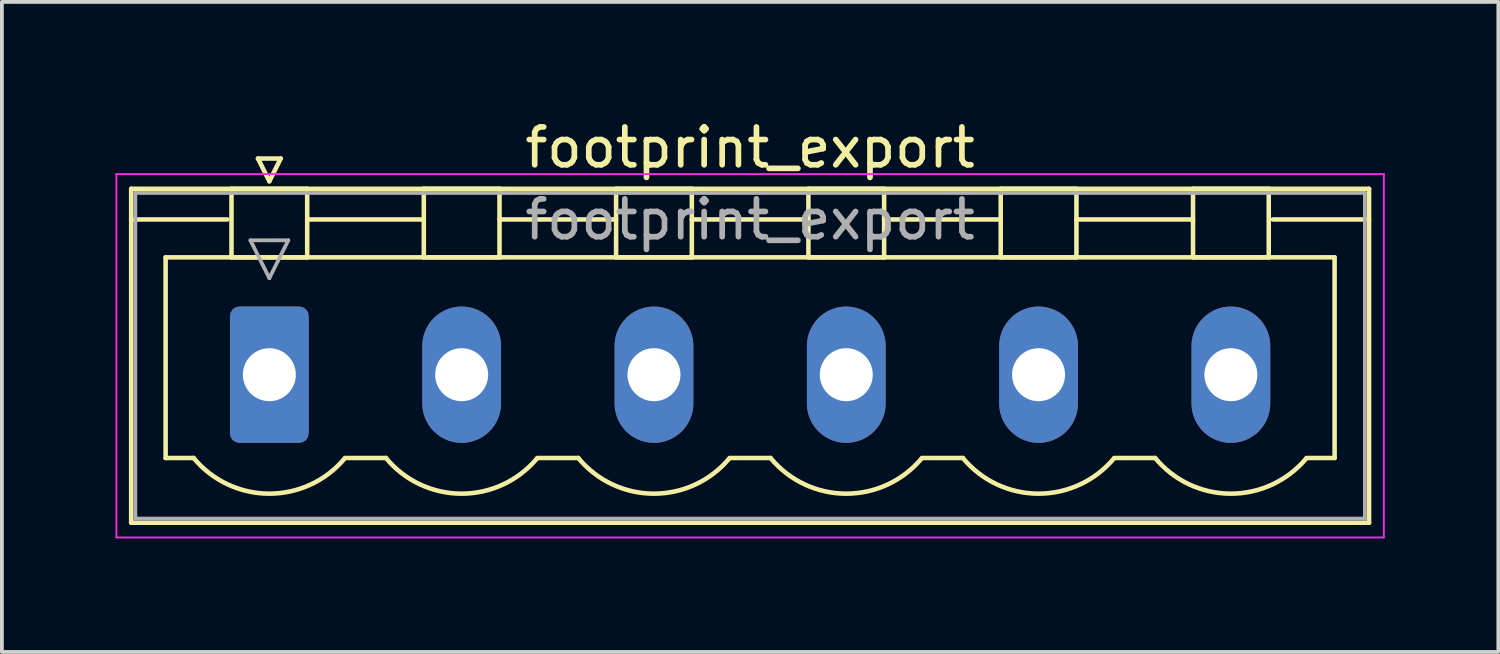
<source format=kicad_pcb>
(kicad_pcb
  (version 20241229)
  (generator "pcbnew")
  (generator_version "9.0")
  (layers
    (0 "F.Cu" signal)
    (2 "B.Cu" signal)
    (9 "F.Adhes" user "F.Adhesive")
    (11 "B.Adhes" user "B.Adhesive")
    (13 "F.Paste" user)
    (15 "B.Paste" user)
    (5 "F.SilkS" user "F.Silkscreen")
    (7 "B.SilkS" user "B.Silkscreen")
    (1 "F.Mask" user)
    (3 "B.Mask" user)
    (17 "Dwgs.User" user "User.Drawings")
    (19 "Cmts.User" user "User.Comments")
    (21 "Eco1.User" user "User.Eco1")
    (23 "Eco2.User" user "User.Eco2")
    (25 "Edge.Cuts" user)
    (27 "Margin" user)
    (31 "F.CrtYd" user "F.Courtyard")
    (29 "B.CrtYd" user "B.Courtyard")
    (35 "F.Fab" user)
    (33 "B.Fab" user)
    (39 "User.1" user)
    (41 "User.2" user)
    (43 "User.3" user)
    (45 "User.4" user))
  (footprint "footprint_export"
    (layer "F.Cu")
    (at 4.065 6.848)
    (property "Reference" "footprint_export" (at 12.7 -6 0) (layer "F.SilkS") (effects (font (size 1 1) (thickness 0.15))))
    (attr through_hole)
    (fp_line (start -3.65 -4.91) (end -3.65 3.91) (stroke (width 0.12) (type solid)) (layer "F.SilkS"))
    (fp_line (start -3.65 -4.1) (end -1.11 -4.1) (stroke (width 0.12) (type solid)) (layer "F.SilkS"))
    (fp_line (start -3.65 3.91) (end 29.05 3.91) (stroke (width 0.12) (type solid)) (layer "F.SilkS"))
    (fp_line (start -2.74 -3.1) (end 28.14 -3.1) (stroke (width 0.12) (type solid)) (layer "F.SilkS"))
    (fp_line (start -2.74 2.2) (end -2.74 -3.1) (stroke (width 0.12) (type solid)) (layer "F.SilkS"))
    (fp_line (start -2 2.2) (end -2.74 2.2) (stroke (width 0.12) (type solid)) (layer "F.SilkS"))
    (fp_line (start -1 -4.91) (end 1 -4.91) (stroke (width 0.12) (type solid)) (layer "F.SilkS"))
    (fp_line (start -1 -3.1) (end -1 -4.91) (stroke (width 0.12) (type solid)) (layer "F.SilkS"))
    (fp_line (start -0.3 -5.71) (end 0.3 -5.71) (stroke (width 0.12) (type solid)) (layer "F.SilkS"))
    (fp_line (start 0 -5.11) (end -0.3 -5.71) (stroke (width 0.12) (type solid)) (layer "F.SilkS"))
    (fp_line (start 0.3 -5.71) (end 0 -5.11) (stroke (width 0.12) (type solid)) (layer "F.SilkS"))
    (fp_line (start 1 -4.91) (end 1 -3.1) (stroke (width 0.12) (type solid)) (layer "F.SilkS"))
    (fp_line (start 1 -4.1) (end 4.08 -4.1) (stroke (width 0.12) (type solid)) (layer "F.SilkS"))
    (fp_line (start 1 -3.1) (end -1 -3.1) (stroke (width 0.12) (type solid)) (layer "F.SilkS"))
    (fp_line (start 2 2.2) (end 3.08 2.2) (stroke (width 0.12) (type solid)) (layer "F.SilkS"))
    (fp_line (start 4.08 -4.91) (end 6.08 -4.91) (stroke (width 0.12) (type solid)) (layer "F.SilkS"))
    (fp_line (start 4.08 -3.1) (end 4.08 -4.91) (stroke (width 0.12) (type solid)) (layer "F.SilkS"))
    (fp_line (start 6.08 -4.91) (end 6.08 -3.1) (stroke (width 0.12) (type solid)) (layer "F.SilkS"))
    (fp_line (start 6.08 -4.1) (end 9.16 -4.1) (stroke (width 0.12) (type solid)) (layer "F.SilkS"))
    (fp_line (start 6.08 -3.1) (end 4.08 -3.1) (stroke (width 0.12) (type solid)) (layer "F.SilkS"))
    (fp_line (start 7.08 2.2) (end 8.16 2.2) (stroke (width 0.12) (type solid)) (layer "F.SilkS"))
    (fp_line (start 9.16 -4.91) (end 11.16 -4.91) (stroke (width 0.12) (type solid)) (layer "F.SilkS"))
    (fp_line (start 9.16 -3.1) (end 9.16 -4.91) (stroke (width 0.12) (type solid)) (layer "F.SilkS"))
    (fp_line (start 11.16 -4.91) (end 11.16 -3.1) (stroke (width 0.12) (type solid)) (layer "F.SilkS"))
    (fp_line (start 11.16 -4.1) (end 14.24 -4.1) (stroke (width 0.12) (type solid)) (layer "F.SilkS"))
    (fp_line (start 11.16 -3.1) (end 9.16 -3.1) (stroke (width 0.12) (type solid)) (layer "F.SilkS"))
    (fp_line (start 12.16 2.2) (end 13.24 2.2) (stroke (width 0.12) (type solid)) (layer "F.SilkS"))
    (fp_line (start 14.24 -4.91) (end 16.24 -4.91) (stroke (width 0.12) (type solid)) (layer "F.SilkS"))
    (fp_line (start 14.24 -3.1) (end 14.24 -4.91) (stroke (width 0.12) (type solid)) (layer "F.SilkS"))
    (fp_line (start 16.24 -4.91) (end 16.24 -3.1) (stroke (width 0.12) (type solid)) (layer "F.SilkS"))
    (fp_line (start 16.24 -4.1) (end 19.32 -4.1) (stroke (width 0.12) (type solid)) (layer "F.SilkS"))
    (fp_line (start 16.24 -3.1) (end 14.24 -3.1) (stroke (width 0.12) (type solid)) (layer "F.SilkS"))
    (fp_line (start 17.24 2.2) (end 18.32 2.2) (stroke (width 0.12) (type solid)) (layer "F.SilkS"))
    (fp_line (start 19.32 -4.91) (end 21.32 -4.91) (stroke (width 0.12) (type solid)) (layer "F.SilkS"))
    (fp_line (start 19.32 -3.1) (end 19.32 -4.91) (stroke (width 0.12) (type solid)) (layer "F.SilkS"))
    (fp_line (start 21.32 -4.91) (end 21.32 -3.1) (stroke (width 0.12) (type solid)) (layer "F.SilkS"))
    (fp_line (start 21.32 -4.1) (end 24.4 -4.1) (stroke (width 0.12) (type solid)) (layer "F.SilkS"))
    (fp_line (start 21.32 -3.1) (end 19.32 -3.1) (stroke (width 0.12) (type solid)) (layer "F.SilkS"))
    (fp_line (start 22.32 2.2) (end 23.4 2.2) (stroke (width 0.12) (type solid)) (layer "F.SilkS"))
    (fp_line (start 24.4 -4.91) (end 26.4 -4.91) (stroke (width 0.12) (type solid)) (layer "F.SilkS"))
    (fp_line (start 24.4 -3.1) (end 24.4 -4.91) (stroke (width 0.12) (type solid)) (layer "F.SilkS"))
    (fp_line (start 26.4 -4.91) (end 26.4 -3.1) (stroke (width 0.12) (type solid)) (layer "F.SilkS"))
    (fp_line (start 26.4 -3.1) (end 24.4 -3.1) (stroke (width 0.12) (type solid)) (layer "F.SilkS"))
    (fp_line (start 28.14 -3.1) (end 28.14 2.2) (stroke (width 0.12) (type solid)) (layer "F.SilkS"))
    (fp_line (start 28.14 2.2) (end 27.4 2.2) (stroke (width 0.12) (type solid)) (layer "F.SilkS"))
    (fp_line (start 29.05 -4.91) (end -3.65 -4.91) (stroke (width 0.12) (type solid)) (layer "F.SilkS"))
    (fp_line (start 29.05 -4.1) (end 26.51 -4.1) (stroke (width 0.12) (type solid)) (layer "F.SilkS"))
    (fp_line (start 29.05 3.91) (end 29.05 -4.91) (stroke (width 0.12) (type solid)) (layer "F.SilkS"))
    (fp_arc (start 1.986842 2.215821) (mid -0.010289 3.142758) (end -2 2.2) (stroke (width 0.12) (type solid)) (layer "F.SilkS"))
    (fp_arc (start 7.066842 2.215821) (mid 5.069711 3.142758) (end 3.08 2.2) (stroke (width 0.12) (type solid)) (layer "F.SilkS"))
    (fp_arc (start 12.146842 2.215821) (mid 10.149711 3.142758) (end 8.16 2.2) (stroke (width 0.12) (type solid)) (layer "F.SilkS"))
    (fp_arc (start 17.226842 2.215821) (mid 15.229711 3.142758) (end 13.24 2.2) (stroke (width 0.12) (type solid)) (layer "F.SilkS"))
    (fp_arc (start 22.306842 2.215821) (mid 20.309711 3.142758) (end 18.32 2.2) (stroke (width 0.12) (type solid)) (layer "F.SilkS"))
    (fp_arc (start 27.386842 2.215821) (mid 25.389711 3.142758) (end 23.4 2.2) (stroke (width 0.12) (type solid)) (layer "F.SilkS"))
    (fp_line (start -4.04 -5.3) (end -4.04 4.3) (stroke (width 0.05) (type solid)) (layer "F.CrtYd"))
    (fp_line (start -4.04 4.3) (end 29.44 4.3) (stroke (width 0.05) (type solid)) (layer "F.CrtYd"))
    (fp_line (start 29.44 -5.3) (end -4.04 -5.3) (stroke (width 0.05) (type solid)) (layer "F.CrtYd"))
    (fp_line (start 29.44 4.3) (end 29.44 -5.3) (stroke (width 0.05) (type solid)) (layer "F.CrtYd"))
    (fp_line (start -3.54 -4.8) (end -3.54 3.8) (stroke (width 0.1) (type solid)) (layer "F.Fab"))
    (fp_line (start -3.54 3.8) (end 28.94 3.8) (stroke (width 0.1) (type solid)) (layer "F.Fab"))
    (fp_line (start -0.5 -3.55) (end 0.5 -3.55) (stroke (width 0.1) (type solid)) (layer "F.Fab"))
    (fp_line (start 0 -2.55) (end -0.5 -3.55) (stroke (width 0.1) (type solid)) (layer "F.Fab"))
    (fp_line (start 0.5 -3.55) (end 0 -2.55) (stroke (width 0.1) (type solid)) (layer "F.Fab"))
    (fp_line (start 28.94 -4.8) (end -3.54 -4.8) (stroke (width 0.1) (type solid)) (layer "F.Fab"))
    (fp_line (start 28.94 3.8) (end 28.94 -4.8) (stroke (width 0.1) (type solid)) (layer "F.Fab"))
    (fp_text user "${REFERENCE}" (at 12.7 -4.1 0) (layer "F.Fab") (effects (font (size 1 1) (thickness 0.15))))
    (pad "1" thru_hole roundrect (at 0 0) (size 2.08 3.6) (drill 1.4) (layers "*.Cu" "*.Mask") (roundrect_rratio 0.12))
    (pad "2" thru_hole oval (at 5.08 0) (size 2.08 3.6) (drill 1.4) (layers "*.Cu" "*.Mask"))
    (pad "3" thru_hole oval (at 10.16 0) (size 2.08 3.6) (drill 1.4) (layers "*.Cu" "*.Mask"))
    (pad "4" thru_hole oval (at 15.24 0) (size 2.08 3.6) (drill 1.4) (layers "*.Cu" "*.Mask"))
    (pad "5" thru_hole oval (at 20.32 0) (size 2.08 3.6) (drill 1.4) (layers "*.Cu" "*.Mask"))
    (pad "6" thru_hole oval (at 25.4 0) (size 2.08 3.6) (drill 1.4) (layers "*.Cu" "*.Mask")))
  (gr_rect
    (start -3 -3)
    (end 36.53 14.173)
    (stroke (width 0.1) (type default))
    (fill no)
    (layer "Edge.Cuts")))
</source>
